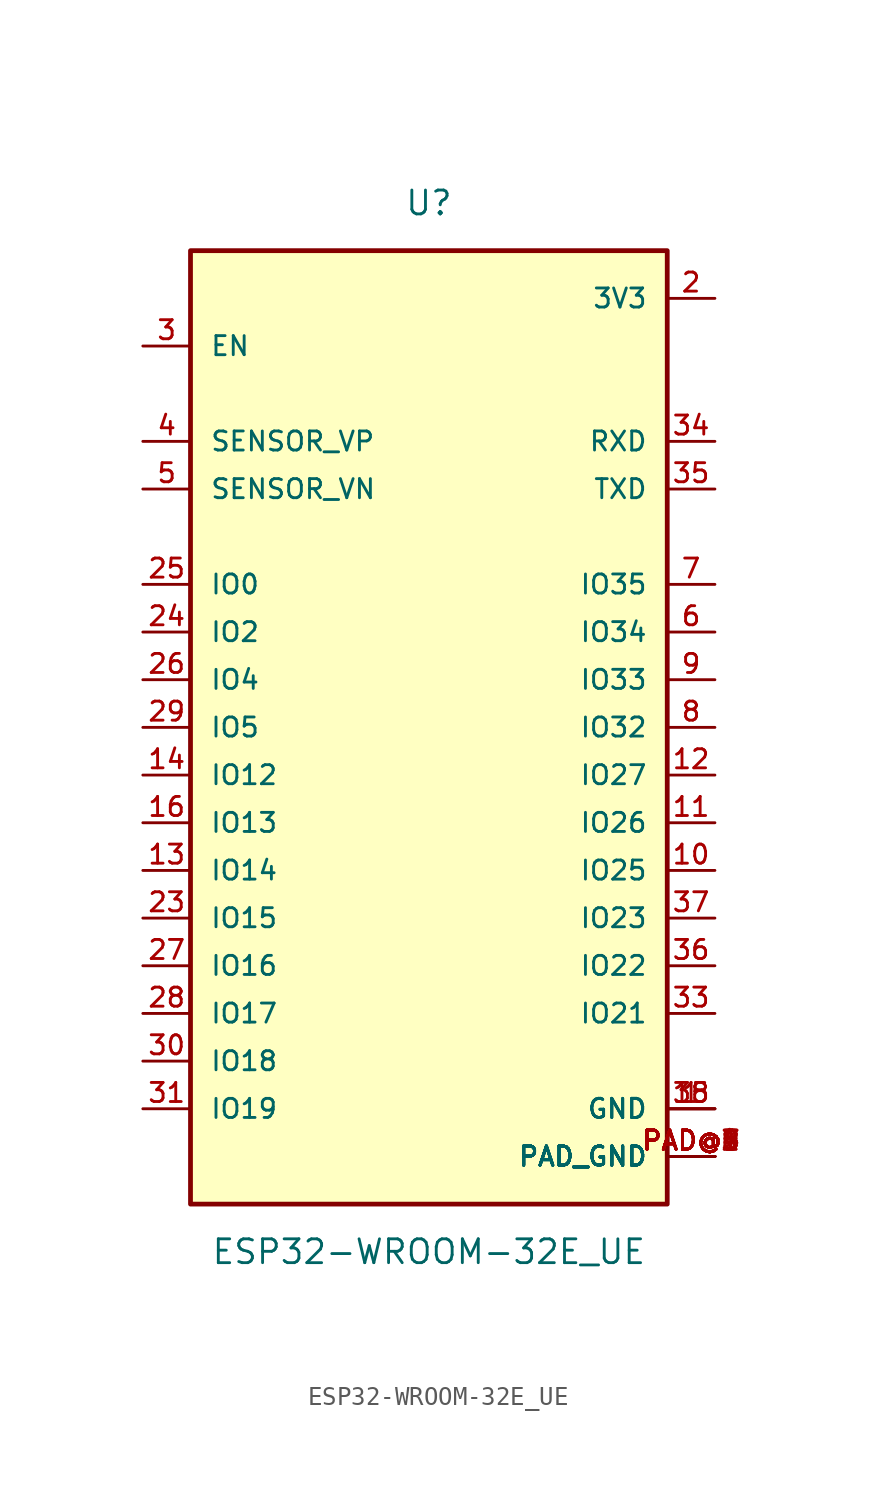
<source format=kicad_sym>
(kicad_symbol_lib
  (version 20211014)
  (generator kicad_symbol_editor)
  (symbol "ESP32-WROOM-32E_UE"
    (pin_names
      (offset 1.016))
    (property "Reference" "U"
      (at 0.0 27.94 0)
      (effects (font (size 1.27 1.27))))
    (property "Value" "ESP32-WROOM-32E_UE"
      (at 0.0 -27.94 0)
      (effects (font (size 1.27 1.27))))
    (symbol "ESP32-WROOM-32E_UE_0_0"
      (rectangle (start -12.7 -25.4) (end 12.7 25.4) (stroke (width 0.254)) (fill (type background)))
      (pin bidirectional line (at 15.24 22.86 180.0) (length 2.54) (name "3V3" (effects (font (size 1.016 1.016)))) (number "2" (effects (font (size 1.016 1.016)))))
      (pin bidirectional line (at 15.24 -20.32 180.0) (length 2.54) (name "GND" (effects (font (size 1.016 1.016)))) (number "1" (effects (font (size 1.016 1.016)))))
      (pin bidirectional line (at 15.24 -20.32 180.0) (length 2.54) (name "GND" (effects (font (size 1.016 1.016)))) (number "15" (effects (font (size 1.016 1.016)))))
      (pin bidirectional line (at 15.24 -20.32 180.0) (length 2.54) (name "GND" (effects (font (size 1.016 1.016)))) (number "38" (effects (font (size 1.016 1.016)))))
      (pin bidirectional line (at 15.24 -22.86 180.0) (length 2.54) (name "PAD_GND" (effects (font (size 1.016 1.016)))) (number "PAD@1" (effects (font (size 1.016 1.016)))))
      (pin bidirectional line (at 15.24 -22.86 180.0) (length 2.54) (name "PAD_GND" (effects (font (size 1.016 1.016)))) (number "PAD@2" (effects (font (size 1.016 1.016)))))
      (pin bidirectional line (at 15.24 -22.86 180.0) (length 2.54) (name "PAD_GND" (effects (font (size 1.016 1.016)))) (number "PAD@3" (effects (font (size 1.016 1.016)))))
      (pin bidirectional line (at 15.24 -22.86 180.0) (length 2.54) (name "PAD_GND" (effects (font (size 1.016 1.016)))) (number "PAD@4" (effects (font (size 1.016 1.016)))))
      (pin bidirectional line (at 15.24 -22.86 180.0) (length 2.54) (name "PAD_GND" (effects (font (size 1.016 1.016)))) (number "PAD@5" (effects (font (size 1.016 1.016)))))
      (pin bidirectional line (at 15.24 -22.86 180.0) (length 2.54) (name "PAD_GND" (effects (font (size 1.016 1.016)))) (number "PAD@6" (effects (font (size 1.016 1.016)))))
      (pin bidirectional line (at 15.24 -22.86 180.0) (length 2.54) (name "PAD_GND" (effects (font (size 1.016 1.016)))) (number "PAD@7" (effects (font (size 1.016 1.016)))))
      (pin bidirectional line (at 15.24 -22.86 180.0) (length 2.54) (name "PAD_GND" (effects (font (size 1.016 1.016)))) (number "PAD@8" (effects (font (size 1.016 1.016)))))
      (pin bidirectional line (at 15.24 -22.86 180.0) (length 2.54) (name "PAD_GND" (effects (font (size 1.016 1.016)))) (number "PAD@9" (effects (font (size 1.016 1.016)))))
      (pin bidirectional line (at -15.24 20.32 0) (length 2.54) (name "EN" (effects (font (size 1.016 1.016)))) (number "3" (effects (font (size 1.016 1.016)))))
      (pin input line (at -15.24 15.24 0) (length 2.54) (name "SENSOR_VP" (effects (font (size 1.016 1.016)))) (number "4" (effects (font (size 1.016 1.016)))))
      (pin input line (at -15.24 12.7 0) (length 2.54) (name "SENSOR_VN" (effects (font (size 1.016 1.016)))) (number "5" (effects (font (size 1.016 1.016)))))
      (pin bidirectional line (at -15.24 7.62 0) (length 2.54) (name "IO0" (effects (font (size 1.016 1.016)))) (number "25" (effects (font (size 1.016 1.016)))))
      (pin bidirectional line (at -15.24 5.08 0) (length 2.54) (name "IO2" (effects (font (size 1.016 1.016)))) (number "24" (effects (font (size 1.016 1.016)))))
      (pin bidirectional line (at -15.24 2.54 0) (length 2.54) (name "IO4" (effects (font (size 1.016 1.016)))) (number "26" (effects (font (size 1.016 1.016)))))
      (pin bidirectional line (at -15.24 0.0 0) (length 2.54) (name "IO5" (effects (font (size 1.016 1.016)))) (number "29" (effects (font (size 1.016 1.016)))))
      (pin bidirectional line (at -15.24 -2.54 0) (length 2.54) (name "IO12" (effects (font (size 1.016 1.016)))) (number "14" (effects (font (size 1.016 1.016)))))
      (pin bidirectional line (at -15.24 -5.08 0) (length 2.54) (name "IO13" (effects (font (size 1.016 1.016)))) (number "16" (effects (font (size 1.016 1.016)))))
      (pin bidirectional line (at -15.24 -7.62 0) (length 2.54) (name "IO14" (effects (font (size 1.016 1.016)))) (number "13" (effects (font (size 1.016 1.016)))))
      (pin bidirectional line (at -15.24 -10.16 0) (length 2.54) (name "IO15" (effects (font (size 1.016 1.016)))) (number "23" (effects (font (size 1.016 1.016)))))
      (pin bidirectional line (at -15.24 -17.78 0) (length 2.54) (name "IO18" (effects (font (size 1.016 1.016)))) (number "30" (effects (font (size 1.016 1.016)))))
      (pin bidirectional line (at -15.24 -20.32 0) (length 2.54) (name "IO19" (effects (font (size 1.016 1.016)))) (number "31" (effects (font (size 1.016 1.016)))))
      (pin bidirectional line (at 15.24 -15.24 180.0) (length 2.54) (name "IO21" (effects (font (size 1.016 1.016)))) (number "33" (effects (font (size 1.016 1.016)))))
      (pin bidirectional line (at 15.24 -12.7 180.0) (length 2.54) (name "IO22" (effects (font (size 1.016 1.016)))) (number "36" (effects (font (size 1.016 1.016)))))
      (pin bidirectional line (at 15.24 -10.16 180.0) (length 2.54) (name "IO23" (effects (font (size 1.016 1.016)))) (number "37" (effects (font (size 1.016 1.016)))))
      (pin bidirectional line (at 15.24 -7.62 180.0) (length 2.54) (name "IO25" (effects (font (size 1.016 1.016)))) (number "10" (effects (font (size 1.016 1.016)))))
      (pin bidirectional line (at 15.24 -5.08 180.0) (length 2.54) (name "IO26" (effects (font (size 1.016 1.016)))) (number "11" (effects (font (size 1.016 1.016)))))
      (pin bidirectional line (at 15.24 -2.54 180.0) (length 2.54) (name "IO27" (effects (font (size 1.016 1.016)))) (number "12" (effects (font (size 1.016 1.016)))))
      (pin bidirectional line (at 15.24 0.0 180.0) (length 2.54) (name "IO32" (effects (font (size 1.016 1.016)))) (number "8" (effects (font (size 1.016 1.016)))))
      (pin bidirectional line (at 15.24 2.54 180.0) (length 2.54) (name "IO33" (effects (font (size 1.016 1.016)))) (number "9" (effects (font (size 1.016 1.016)))))
      (pin input line (at 15.24 5.08 180.0) (length 2.54) (name "IO34" (effects (font (size 1.016 1.016)))) (number "6" (effects (font (size 1.016 1.016)))))
      (pin input line (at 15.24 7.62 180.0) (length 2.54) (name "IO35" (effects (font (size 1.016 1.016)))) (number "7" (effects (font (size 1.016 1.016)))))
      (pin bidirectional line (at 15.24 15.24 180.0) (length 2.54) (name "RXD" (effects (font (size 1.016 1.016)))) (number "34" (effects (font (size 1.016 1.016)))))
      (pin bidirectional line (at 15.24 12.7 180.0) (length 2.54) (name "TXD" (effects (font (size 1.016 1.016)))) (number "35" (effects (font (size 1.016 1.016)))))
      (pin bidirectional line (at -15.24 -12.7 0) (length 2.54) (name "IO16" (effects (font (size 1.016 1.016)))) (number "27" (effects (font (size 1.016 1.016)))))
      (pin bidirectional line (at -15.24 -15.24 0) (length 2.54) (name "IO17" (effects (font (size 1.016 1.016)))) (number "28" (effects (font (size 1.016 1.016))))))))
</source>
